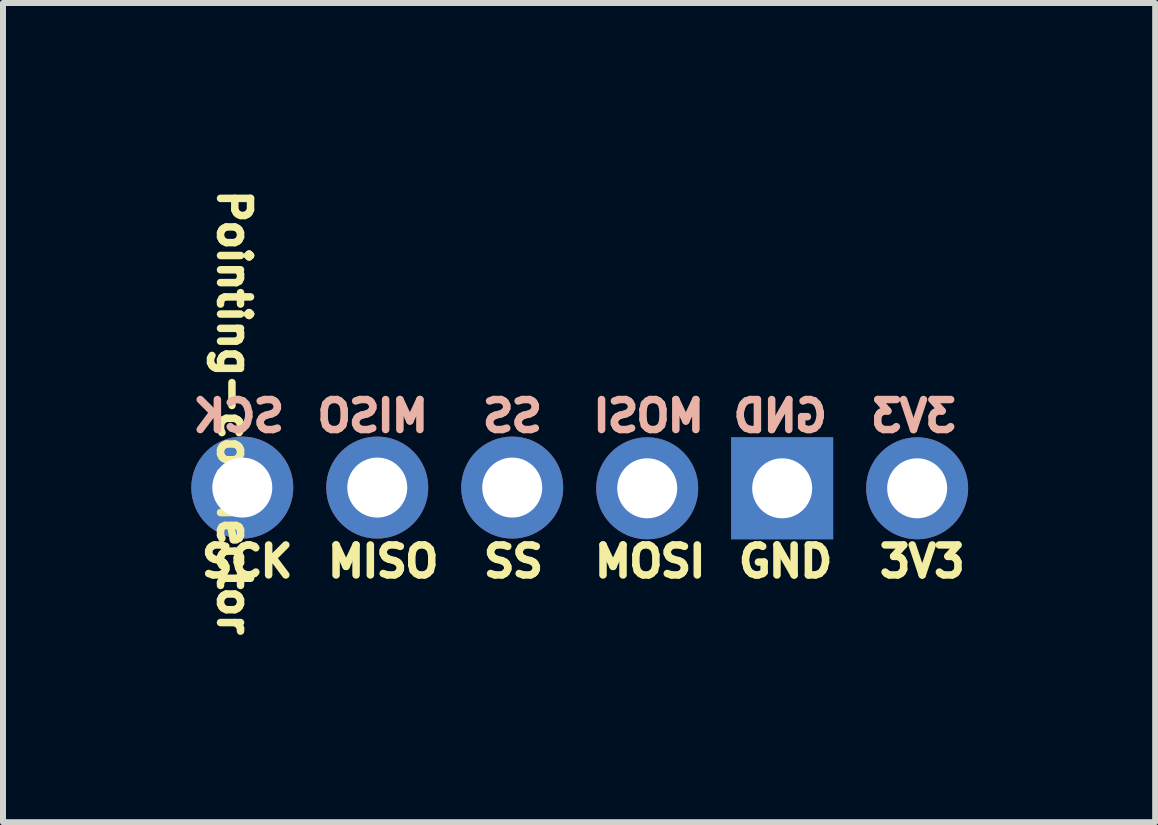
<source format=kicad_pcb>
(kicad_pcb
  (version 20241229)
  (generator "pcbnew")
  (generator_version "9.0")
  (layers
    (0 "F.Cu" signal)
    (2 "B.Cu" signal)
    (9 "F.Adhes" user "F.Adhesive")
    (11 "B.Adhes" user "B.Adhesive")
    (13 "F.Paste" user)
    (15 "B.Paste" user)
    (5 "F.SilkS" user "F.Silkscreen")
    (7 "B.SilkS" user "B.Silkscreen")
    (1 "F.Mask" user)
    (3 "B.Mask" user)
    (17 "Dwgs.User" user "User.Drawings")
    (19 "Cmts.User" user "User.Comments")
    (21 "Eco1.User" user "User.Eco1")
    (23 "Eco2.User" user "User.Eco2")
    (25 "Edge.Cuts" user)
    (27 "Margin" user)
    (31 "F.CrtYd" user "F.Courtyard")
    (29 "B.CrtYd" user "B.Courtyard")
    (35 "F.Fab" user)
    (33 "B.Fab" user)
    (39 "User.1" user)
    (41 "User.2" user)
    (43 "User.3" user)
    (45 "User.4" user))
  (footprint "Pointing-connector"
    (layer "F.Cu")
    (at 6.601 5.078)
    (property "Reference" "Pointing-connector" (at -5.75 -1.25 270) (unlocked yes) (layer "F.SilkS") (effects (font (size 0.5 0.5) (thickness 0.15))))
    (attr through_hole)
    (fp_text user "3V3" (at 4.95 1.524 0) (unlocked yes) (layer "F.SilkS") (effects (font (size 0.5 0.5) (thickness 0.15)) (justify left bottom)))
    (fp_text user "SS" (at -1.65 1.524 0) (unlocked yes) (layer "F.SilkS") (effects (font (size 0.5 0.5) (thickness 0.15)) (justify left bottom)))
    (fp_text user "MOSI" (at 0.2 1.524 0) (unlocked yes) (layer "F.SilkS") (effects (font (size 0.5 0.5) (thickness 0.15)) (justify left bottom)))
    (fp_text user "MISO" (at -4.25 1.524 0) (unlocked yes) (layer "F.SilkS") (effects (font (size 0.5 0.5) (thickness 0.15)) (justify left bottom)))
    (fp_text user "SCK" (at -6.35 1.524 0) (unlocked yes) (layer "F.SilkS") (effects (font (size 0.5 0.5) (thickness 0.15)) (justify left bottom)))
    (fp_text user "GND" (at 2.6 1.524 0) (unlocked yes) (layer "F.SilkS") (effects (font (size 0.5 0.5) (thickness 0.15)) (justify left bottom)))
    (fp_text user "MISO" (at -2.45 -0.9 0) (unlocked yes) (layer "B.SilkS") (effects (font (size 0.5 0.5) (thickness 0.15)) (justify left bottom mirror)))
    (fp_text user "GND" (at 4.2 -0.9 0) (unlocked yes) (layer "B.SilkS") (effects (font (size 0.5 0.5) (thickness 0.15)) (justify left bottom mirror)))
    (fp_text user "3V3" (at 6.35 -0.9 0) (unlocked yes) (layer "B.SilkS") (effects (font (size 0.5 0.5) (thickness 0.15)) (justify left bottom mirror)))
    (fp_text user "SS" (at -0.55 -0.9 0) (unlocked yes) (layer "B.SilkS") (effects (font (size 0.5 0.5) (thickness 0.15)) (justify left bottom mirror)))
    (fp_text user "MOSI" (at 2.15 -0.9 0) (unlocked yes) (layer "B.SilkS") (effects (font (size 0.5 0.5) (thickness 0.15)) (justify left bottom mirror)))
    (fp_text user "SCK" (at -4.85 -0.9 0) (unlocked yes) (layer "B.SilkS") (effects (font (size 0.5 0.5) (thickness 0.15)) (justify left bottom mirror)))
    (pad "1" thru_hole circle (at -5.612 0 180) (size 1.7 1.7) (drill 1) (layers "*.Cu" "*.Mask"))
    (pad "2" thru_hole circle (at -3.362 0 180) (size 1.7 1.7) (drill 1) (layers "*.Cu" "*.Mask"))
    (pad "3" thru_hole circle (at -1.112 0 180) (size 1.7 1.7) (drill 1) (layers "*.Cu" "*.Mask"))
    (pad "4" thru_hole circle (at 1.138 0.012 180) (size 1.7 1.7) (drill 1) (layers "*.Cu" "*.Mask"))
    (pad "5" thru_hole rect (at 3.388 0.012 180) (size 1.7 1.7) (drill 1) (layers "*.Cu" "*.Mask"))
    (pad "6" thru_hole circle (at 5.638 0.012 180) (size 1.7 1.7) (drill 1) (layers "*.Cu" "*.Mask")))
  (gr_rect
    (start -3 -3)
    (end 16.207 10.656)
    (stroke (width 0.1) (type default))
    (fill no)
    (layer "Edge.Cuts")))
</source>
